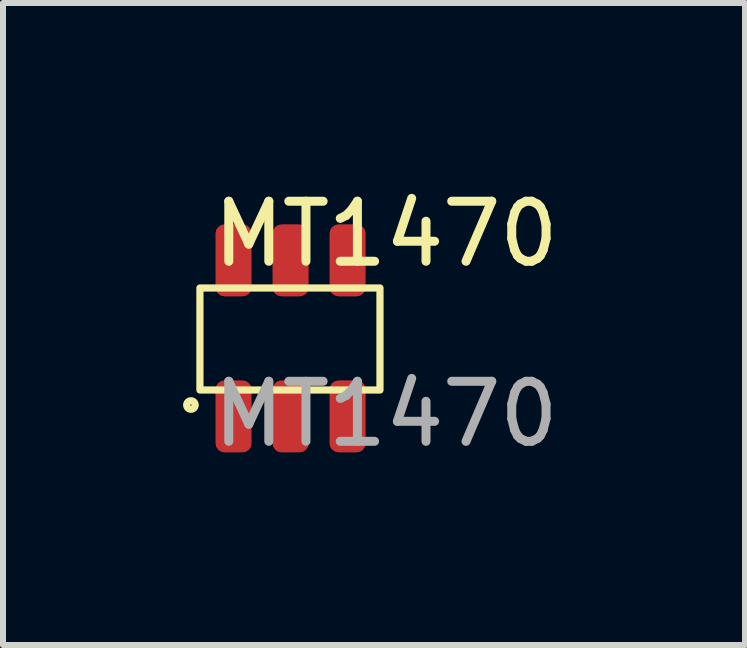
<source format=kicad_pcb>
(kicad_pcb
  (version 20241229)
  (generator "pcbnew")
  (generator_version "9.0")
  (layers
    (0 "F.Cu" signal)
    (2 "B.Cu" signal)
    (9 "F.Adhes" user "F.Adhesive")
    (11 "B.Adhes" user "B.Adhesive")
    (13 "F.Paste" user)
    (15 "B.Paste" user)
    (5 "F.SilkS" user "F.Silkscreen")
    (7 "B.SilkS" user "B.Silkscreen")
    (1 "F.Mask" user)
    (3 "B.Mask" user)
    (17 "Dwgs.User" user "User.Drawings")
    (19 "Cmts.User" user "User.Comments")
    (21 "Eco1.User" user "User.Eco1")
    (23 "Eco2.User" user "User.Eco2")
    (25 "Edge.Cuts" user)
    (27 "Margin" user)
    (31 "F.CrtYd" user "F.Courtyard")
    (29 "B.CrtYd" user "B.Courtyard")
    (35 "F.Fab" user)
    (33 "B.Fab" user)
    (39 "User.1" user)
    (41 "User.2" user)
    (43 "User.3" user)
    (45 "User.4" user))
  (footprint "MT1470"
    (layer "F.Cu")
    (at 1.781 2.548)
    (property "Reference" "MT1470" (at 1.6 -1.7 0) (unlocked yes) (layer "F.SilkS") (effects (font (size 1 1) (thickness 0.15))))
    (attr smd)
    (fp_rect (start -1.5 -0.8) (end 1.5 0.9) (stroke (width 0.12) (type solid)) (fill no) (layer "F.SilkS"))
    (fp_circle (center -1.65 1.15) (end -1.6 1.2) (stroke (width 0.12) (type solid)) (fill no) (layer "F.SilkS"))
    (fp_text user "${REFERENCE}" (at 1.6 1.3 0) (unlocked yes) (layer "F.Fab") (effects (font (size 1 1) (thickness 0.15))))
    (pad "1" smd roundrect (at -0.94 1.34) (size 0.6 1.2) (layers "F.Cu" "F.Mask" "F.Paste") (roundrect_rratio 0.25))
    (pad "2" smd roundrect (at 0.01 1.34) (size 0.6 1.2) (layers "F.Cu" "F.Mask" "F.Paste") (roundrect_rratio 0.25))
    (pad "3" smd roundrect (at 0.96 1.34) (size 0.6 1.2) (layers "F.Cu" "F.Mask" "F.Paste") (roundrect_rratio 0.25))
    (pad "4" smd roundrect (at -0.94 -1.26) (size 0.6 1.2) (layers "F.Cu" "F.Mask" "F.Paste") (roundrect_rratio 0.25))
    (pad "5" smd roundrect (at 0.01 -1.26) (size 0.6 1.2) (layers "F.Cu" "F.Mask" "F.Paste") (roundrect_rratio 0.25))
    (pad "6" smd roundrect (at 0.96 -1.26) (size 0.6 1.2) (layers "F.Cu" "F.Mask" "F.Paste") (roundrect_rratio 0.25)))
  (gr_rect
    (start -3 -3)
    (end 9.363 7.697)
    (stroke (width 0.1) (type default))
    (fill no)
    (layer "Edge.Cuts")))
</source>
